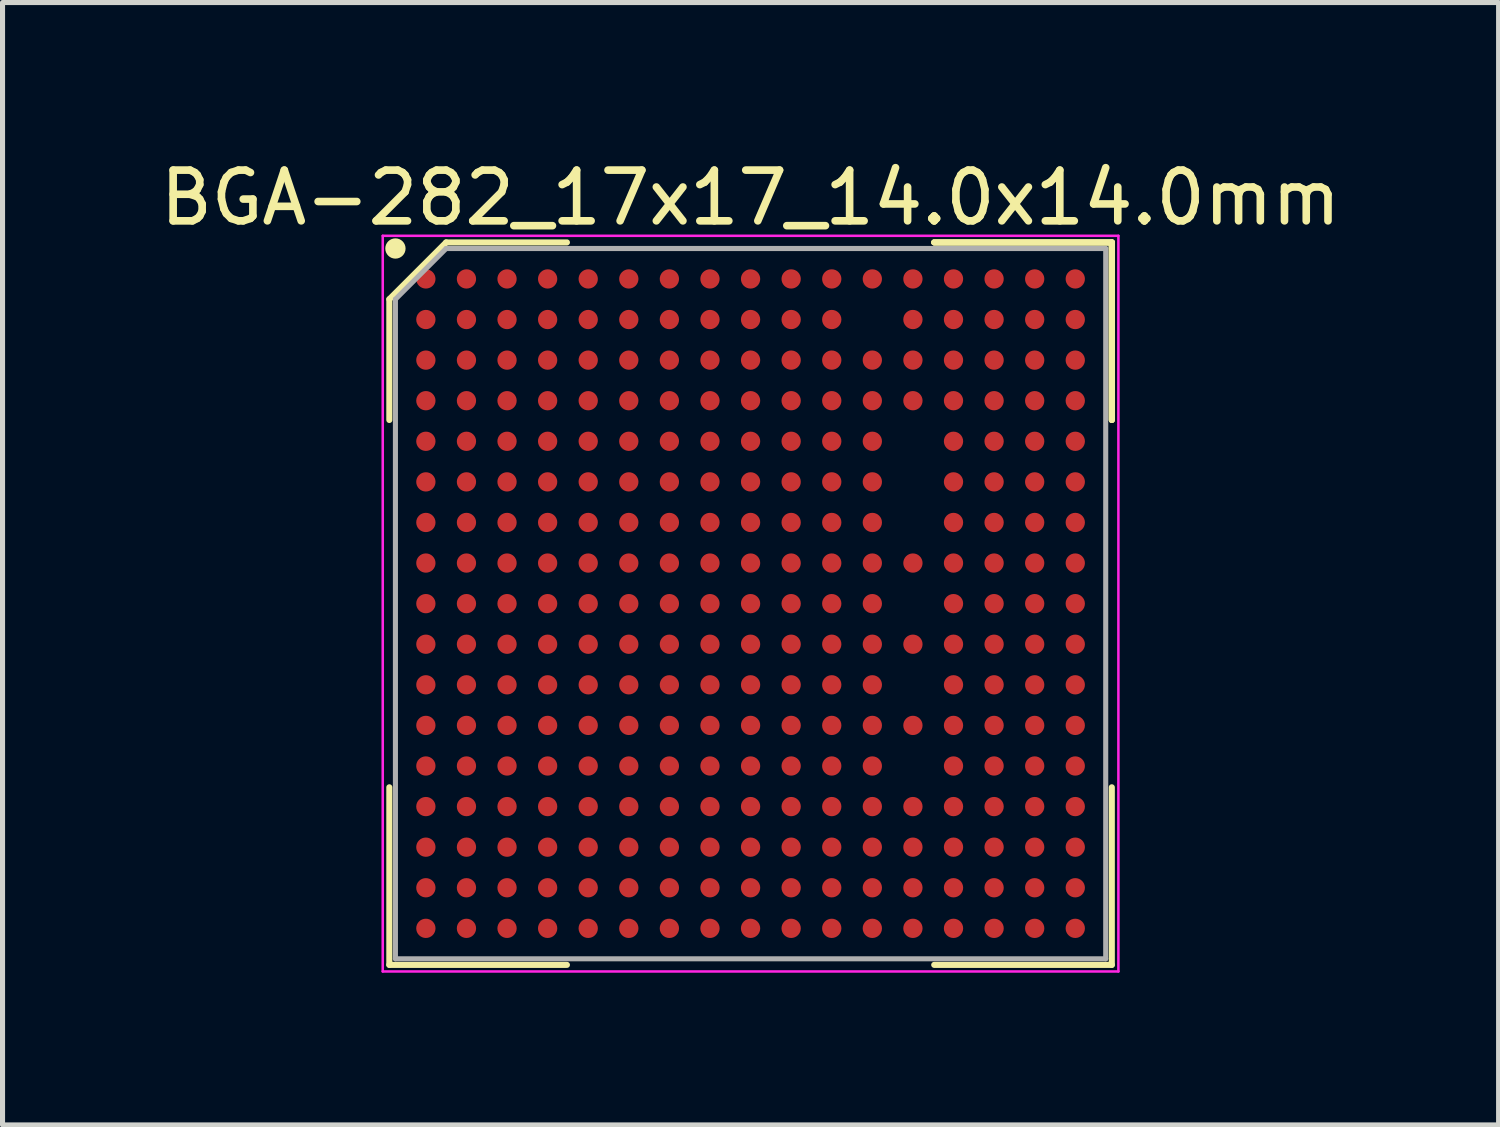
<source format=kicad_pcb>
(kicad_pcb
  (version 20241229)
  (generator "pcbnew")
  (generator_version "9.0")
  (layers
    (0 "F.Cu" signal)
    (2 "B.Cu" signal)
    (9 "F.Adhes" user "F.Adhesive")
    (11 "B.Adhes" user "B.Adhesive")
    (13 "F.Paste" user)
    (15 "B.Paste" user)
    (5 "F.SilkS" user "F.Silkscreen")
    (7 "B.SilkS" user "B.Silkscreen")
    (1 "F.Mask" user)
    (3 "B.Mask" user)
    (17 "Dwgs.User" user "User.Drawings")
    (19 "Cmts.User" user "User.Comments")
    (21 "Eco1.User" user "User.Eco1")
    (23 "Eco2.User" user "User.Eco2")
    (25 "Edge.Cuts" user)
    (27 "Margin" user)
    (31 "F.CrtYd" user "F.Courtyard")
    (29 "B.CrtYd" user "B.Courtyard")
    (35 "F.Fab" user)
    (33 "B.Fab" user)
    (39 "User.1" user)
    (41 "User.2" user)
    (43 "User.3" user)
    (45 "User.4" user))
  (footprint "BGA-282_17x17_14.0x14.0mm"
    (layer "F.Cu")
    (at 11.744 8.848)
    (property "Reference" "BGA-282_17x17_14.0x14.0mm" (at 0 -8 0) (layer "F.SilkS") (effects (font (size 1 1) (thickness 0.15))))
    (attr smd)
    (fp_line (start -7.12 -6) (end -7.12 -3.62) (stroke (width 0.12) (type solid)) (layer "F.SilkS"))
    (fp_line (start -7.12 7.12) (end -7.12 3.62) (stroke (width 0.12) (type solid)) (layer "F.SilkS"))
    (fp_line (start -6 -7.12) (end -7.12 -6) (stroke (width 0.12) (type solid)) (layer "F.SilkS"))
    (fp_line (start -3.62 -7.12) (end -6 -7.12) (stroke (width 0.12) (type solid)) (layer "F.SilkS"))
    (fp_line (start -3.62 7.12) (end -7.12 7.12) (stroke (width 0.12) (type solid)) (layer "F.SilkS"))
    (fp_line (start 3.62 -7.12) (end 7.12 -7.12) (stroke (width 0.12) (type solid)) (layer "F.SilkS"))
    (fp_line (start 3.62 -7.12) (end 7.12 -7.12) (stroke (width 0.12) (type solid)) (layer "F.SilkS"))
    (fp_line (start 3.62 -7.12) (end 7.12 -7.12) (stroke (width 0.12) (type solid)) (layer "F.SilkS"))
    (fp_line (start 3.62 7.12) (end 7.12 7.12) (stroke (width 0.12) (type solid)) (layer "F.SilkS"))
    (fp_line (start 7.12 -7.12) (end 7.12 -3.62) (stroke (width 0.12) (type solid)) (layer "F.SilkS"))
    (fp_line (start 7.12 -7.12) (end 7.12 -3.62) (stroke (width 0.12) (type solid)) (layer "F.SilkS"))
    (fp_line (start 7.12 -7.12) (end 7.12 -3.62) (stroke (width 0.12) (type solid)) (layer "F.SilkS"))
    (fp_line (start 7.12 7.12) (end 7.12 3.62) (stroke (width 0.12) (type solid)) (layer "F.SilkS"))
    (fp_circle (center -7 -7) (end -7 -6.9) (stroke (width 0.2) (type solid)) (fill no) (layer "F.SilkS"))
    (fp_line (start -7.25 -7.25) (end 7.25 -7.25) (stroke (width 0.05) (type solid)) (layer "F.CrtYd"))
    (fp_line (start -7.25 7.25) (end -7.25 -7.25) (stroke (width 0.05) (type solid)) (layer "F.CrtYd"))
    (fp_line (start 7.25 -7.25) (end 7.25 7.25) (stroke (width 0.05) (type solid)) (layer "F.CrtYd"))
    (fp_line (start 7.25 7.25) (end -7.25 7.25) (stroke (width 0.05) (type solid)) (layer "F.CrtYd"))
    (fp_line (start -7 -6) (end -7 7) (stroke (width 0.1) (type solid)) (layer "F.Fab"))
    (fp_line (start -7 7) (end 7 7) (stroke (width 0.1) (type solid)) (layer "F.Fab"))
    (fp_line (start -6 -7) (end -7 -6) (stroke (width 0.1) (type solid)) (layer "F.Fab"))
    (fp_line (start 7 -7) (end -6 -7) (stroke (width 0.1) (type solid)) (layer "F.Fab"))
    (fp_line (start 7 7) (end 7 -7) (stroke (width 0.1) (type solid)) (layer "F.Fab"))
    (pad "A1" smd circle (at -6.4 -6.4) (size 0.38 0.38) (layers "F.Cu" "F.Mask" "F.Paste"))
    (pad "A2" smd circle (at -5.6 -6.4) (size 0.38 0.38) (layers "F.Cu" "F.Mask" "F.Paste"))
    (pad "A3" smd circle (at -4.8 -6.4) (size 0.38 0.38) (layers "F.Cu" "F.Mask" "F.Paste"))
    (pad "A4" smd circle (at -4 -6.4) (size 0.38 0.38) (layers "F.Cu" "F.Mask" "F.Paste"))
    (pad "A5" smd circle (at -3.2 -6.4) (size 0.38 0.38) (layers "F.Cu" "F.Mask" "F.Paste"))
    (pad "A6" smd circle (at -2.4 -6.4) (size 0.38 0.38) (layers "F.Cu" "F.Mask" "F.Paste"))
    (pad "A7" smd circle (at -1.6 -6.4) (size 0.38 0.38) (layers "F.Cu" "F.Mask" "F.Paste"))
    (pad "A8" smd circle (at -0.8 -6.4) (size 0.38 0.38) (layers "F.Cu" "F.Mask" "F.Paste"))
    (pad "A9" smd circle (at 0 -6.4) (size 0.38 0.38) (layers "F.Cu" "F.Mask" "F.Paste"))
    (pad "A10" smd circle (at 0.8 -6.4) (size 0.38 0.38) (layers "F.Cu" "F.Mask" "F.Paste"))
    (pad "A11" smd circle (at 1.6 -6.4) (size 0.38 0.38) (layers "F.Cu" "F.Mask" "F.Paste"))
    (pad "A12" smd circle (at 2.4 -6.4) (size 0.38 0.38) (layers "F.Cu" "F.Mask" "F.Paste"))
    (pad "A13" smd circle (at 3.2 -6.4) (size 0.38 0.38) (layers "F.Cu" "F.Mask" "F.Paste"))
    (pad "A14" smd circle (at 4 -6.4) (size 0.38 0.38) (layers "F.Cu" "F.Mask" "F.Paste"))
    (pad "A15" smd circle (at 4.8 -6.4) (size 0.38 0.38) (layers "F.Cu" "F.Mask" "F.Paste"))
    (pad "A16" smd circle (at 5.6 -6.4) (size 0.38 0.38) (layers "F.Cu" "F.Mask" "F.Paste"))
    (pad "A17" smd circle (at 6.4 -6.4) (size 0.38 0.38) (layers "F.Cu" "F.Mask" "F.Paste"))
    (pad "B1" smd circle (at -6.4 -5.6) (size 0.38 0.38) (layers "F.Cu" "F.Mask" "F.Paste"))
    (pad "B2" smd circle (at -5.6 -5.6) (size 0.38 0.38) (layers "F.Cu" "F.Mask" "F.Paste"))
    (pad "B3" smd circle (at -4.8 -5.6) (size 0.38 0.38) (layers "F.Cu" "F.Mask" "F.Paste"))
    (pad "B4" smd circle (at -4 -5.6) (size 0.38 0.38) (layers "F.Cu" "F.Mask" "F.Paste"))
    (pad "B5" smd circle (at -3.2 -5.6) (size 0.38 0.38) (layers "F.Cu" "F.Mask" "F.Paste"))
    (pad "B6" smd circle (at -2.4 -5.6) (size 0.38 0.38) (layers "F.Cu" "F.Mask" "F.Paste"))
    (pad "B7" smd circle (at -1.6 -5.6) (size 0.38 0.38) (layers "F.Cu" "F.Mask" "F.Paste"))
    (pad "B8" smd circle (at -0.8 -5.6) (size 0.38 0.38) (layers "F.Cu" "F.Mask" "F.Paste"))
    (pad "B9" smd circle (at 0 -5.6) (size 0.38 0.38) (layers "F.Cu" "F.Mask" "F.Paste"))
    (pad "B10" smd circle (at 0.8 -5.6) (size 0.38 0.38) (layers "F.Cu" "F.Mask" "F.Paste"))
    (pad "B11" smd circle (at 1.6 -5.6) (size 0.38 0.38) (layers "F.Cu" "F.Mask" "F.Paste"))
    (pad "B13" smd circle (at 3.2 -5.6) (size 0.38 0.38) (layers "F.Cu" "F.Mask" "F.Paste"))
    (pad "B14" smd circle (at 4 -5.6) (size 0.38 0.38) (layers "F.Cu" "F.Mask" "F.Paste"))
    (pad "B15" smd circle (at 4.8 -5.6) (size 0.38 0.38) (layers "F.Cu" "F.Mask" "F.Paste"))
    (pad "B16" smd circle (at 5.6 -5.6) (size 0.38 0.38) (layers "F.Cu" "F.Mask" "F.Paste"))
    (pad "B17" smd circle (at 6.4 -5.6) (size 0.38 0.38) (layers "F.Cu" "F.Mask" "F.Paste"))
    (pad "C1" smd circle (at -6.4 -4.8) (size 0.38 0.38) (layers "F.Cu" "F.Mask" "F.Paste"))
    (pad "C2" smd circle (at -5.6 -4.8) (size 0.38 0.38) (layers "F.Cu" "F.Mask" "F.Paste"))
    (pad "C3" smd circle (at -4.8 -4.8) (size 0.38 0.38) (layers "F.Cu" "F.Mask" "F.Paste"))
    (pad "C4" smd circle (at -4 -4.8) (size 0.38 0.38) (layers "F.Cu" "F.Mask" "F.Paste"))
    (pad "C5" smd circle (at -3.2 -4.8) (size 0.38 0.38) (layers "F.Cu" "F.Mask" "F.Paste"))
    (pad "C6" smd circle (at -2.4 -4.8) (size 0.38 0.38) (layers "F.Cu" "F.Mask" "F.Paste"))
    (pad "C7" smd circle (at -1.6 -4.8) (size 0.38 0.38) (layers "F.Cu" "F.Mask" "F.Paste"))
    (pad "C8" smd circle (at -0.8 -4.8) (size 0.38 0.38) (layers "F.Cu" "F.Mask" "F.Paste"))
    (pad "C9" smd circle (at 0 -4.8) (size 0.38 0.38) (layers "F.Cu" "F.Mask" "F.Paste"))
    (pad "C10" smd circle (at 0.8 -4.8) (size 0.38 0.38) (layers "F.Cu" "F.Mask" "F.Paste"))
    (pad "C11" smd circle (at 1.6 -4.8) (size 0.38 0.38) (layers "F.Cu" "F.Mask" "F.Paste"))
    (pad "C12" smd circle (at 2.4 -4.8) (size 0.38 0.38) (layers "F.Cu" "F.Mask" "F.Paste"))
    (pad "C13" smd circle (at 3.2 -4.8) (size 0.38 0.38) (layers "F.Cu" "F.Mask" "F.Paste"))
    (pad "C14" smd circle (at 4 -4.8) (size 0.38 0.38) (layers "F.Cu" "F.Mask" "F.Paste"))
    (pad "C15" smd circle (at 4.8 -4.8) (size 0.38 0.38) (layers "F.Cu" "F.Mask" "F.Paste"))
    (pad "C16" smd circle (at 5.6 -4.8) (size 0.38 0.38) (layers "F.Cu" "F.Mask" "F.Paste"))
    (pad "C17" smd circle (at 6.4 -4.8) (size 0.38 0.38) (layers "F.Cu" "F.Mask" "F.Paste"))
    (pad "D1" smd circle (at -6.4 -4) (size 0.38 0.38) (layers "F.Cu" "F.Mask" "F.Paste"))
    (pad "D2" smd circle (at -5.6 -4) (size 0.38 0.38) (layers "F.Cu" "F.Mask" "F.Paste"))
    (pad "D3" smd circle (at -4.8 -4) (size 0.38 0.38) (layers "F.Cu" "F.Mask" "F.Paste"))
    (pad "D4" smd circle (at -4 -4) (size 0.38 0.38) (layers "F.Cu" "F.Mask" "F.Paste"))
    (pad "D5" smd circle (at -3.2 -4) (size 0.38 0.38) (layers "F.Cu" "F.Mask" "F.Paste"))
    (pad "D6" smd circle (at -2.4 -4) (size 0.38 0.38) (layers "F.Cu" "F.Mask" "F.Paste"))
    (pad "D7" smd circle (at -1.6 -4) (size 0.38 0.38) (layers "F.Cu" "F.Mask" "F.Paste"))
    (pad "D8" smd circle (at -0.8 -4) (size 0.38 0.38) (layers "F.Cu" "F.Mask" "F.Paste"))
    (pad "D9" smd circle (at 0 -4) (size 0.38 0.38) (layers "F.Cu" "F.Mask" "F.Paste"))
    (pad "D10" smd circle (at 0.8 -4) (size 0.38 0.38) (layers "F.Cu" "F.Mask" "F.Paste"))
    (pad "D11" smd circle (at 1.6 -4) (size 0.38 0.38) (layers "F.Cu" "F.Mask" "F.Paste"))
    (pad "D12" smd circle (at 2.4 -4) (size 0.38 0.38) (layers "F.Cu" "F.Mask" "F.Paste"))
    (pad "D13" smd circle (at 3.2 -4) (size 0.38 0.38) (layers "F.Cu" "F.Mask" "F.Paste"))
    (pad "D14" smd circle (at 4 -4) (size 0.38 0.38) (layers "F.Cu" "F.Mask" "F.Paste"))
    (pad "D15" smd circle (at 4.8 -4) (size 0.38 0.38) (layers "F.Cu" "F.Mask" "F.Paste"))
    (pad "D16" smd circle (at 5.6 -4) (size 0.38 0.38) (layers "F.Cu" "F.Mask" "F.Paste"))
    (pad "D17" smd circle (at 6.4 -4) (size 0.38 0.38) (layers "F.Cu" "F.Mask" "F.Paste"))
    (pad "E1" smd circle (at -6.4 -3.2) (size 0.38 0.38) (layers "F.Cu" "F.Mask" "F.Paste"))
    (pad "E2" smd circle (at -5.6 -3.2) (size 0.38 0.38) (layers "F.Cu" "F.Mask" "F.Paste"))
    (pad "E3" smd circle (at -4.8 -3.2) (size 0.38 0.38) (layers "F.Cu" "F.Mask" "F.Paste"))
    (pad "E4" smd circle (at -4 -3.2) (size 0.38 0.38) (layers "F.Cu" "F.Mask" "F.Paste"))
    (pad "E5" smd circle (at -3.2 -3.2) (size 0.38 0.38) (layers "F.Cu" "F.Mask" "F.Paste"))
    (pad "E6" smd circle (at -2.4 -3.2) (size 0.38 0.38) (layers "F.Cu" "F.Mask" "F.Paste"))
    (pad "E7" smd circle (at -1.6 -3.2) (size 0.38 0.38) (layers "F.Cu" "F.Mask" "F.Paste"))
    (pad "E8" smd circle (at -0.8 -3.2) (size 0.38 0.38) (layers "F.Cu" "F.Mask" "F.Paste"))
    (pad "E9" smd circle (at 0 -3.2) (size 0.38 0.38) (layers "F.Cu" "F.Mask" "F.Paste"))
    (pad "E10" smd circle (at 0.8 -3.2) (size 0.38 0.38) (layers "F.Cu" "F.Mask" "F.Paste"))
    (pad "E11" smd circle (at 1.6 -3.2) (size 0.38 0.38) (layers "F.Cu" "F.Mask" "F.Paste"))
    (pad "E12" smd circle (at 2.4 -3.2) (size 0.38 0.38) (layers "F.Cu" "F.Mask" "F.Paste"))
    (pad "E14" smd circle (at 4 -3.2) (size 0.38 0.38) (layers "F.Cu" "F.Mask" "F.Paste"))
    (pad "E15" smd circle (at 4.8 -3.2) (size 0.38 0.38) (layers "F.Cu" "F.Mask" "F.Paste"))
    (pad "E16" smd circle (at 5.6 -3.2) (size 0.38 0.38) (layers "F.Cu" "F.Mask" "F.Paste"))
    (pad "E17" smd circle (at 6.4 -3.2) (size 0.38 0.38) (layers "F.Cu" "F.Mask" "F.Paste"))
    (pad "F1" smd circle (at -6.4 -2.4) (size 0.38 0.38) (layers "F.Cu" "F.Mask" "F.Paste"))
    (pad "F2" smd circle (at -5.6 -2.4) (size 0.38 0.38) (layers "F.Cu" "F.Mask" "F.Paste"))
    (pad "F3" smd circle (at -4.8 -2.4) (size 0.38 0.38) (layers "F.Cu" "F.Mask" "F.Paste"))
    (pad "F4" smd circle (at -4 -2.4) (size 0.38 0.38) (layers "F.Cu" "F.Mask" "F.Paste"))
    (pad "F5" smd circle (at -3.2 -2.4) (size 0.38 0.38) (layers "F.Cu" "F.Mask" "F.Paste"))
    (pad "F6" smd circle (at -2.4 -2.4) (size 0.38 0.38) (layers "F.Cu" "F.Mask" "F.Paste"))
    (pad "F7" smd circle (at -1.6 -2.4) (size 0.38 0.38) (layers "F.Cu" "F.Mask" "F.Paste"))
    (pad "F8" smd circle (at -0.8 -2.4) (size 0.38 0.38) (layers "F.Cu" "F.Mask" "F.Paste"))
    (pad "F9" smd circle (at 0 -2.4) (size 0.38 0.38) (layers "F.Cu" "F.Mask" "F.Paste"))
    (pad "F10" smd circle (at 0.8 -2.4) (size 0.38 0.38) (layers "F.Cu" "F.Mask" "F.Paste"))
    (pad "F11" smd circle (at 1.6 -2.4) (size 0.38 0.38) (layers "F.Cu" "F.Mask" "F.Paste"))
    (pad "F12" smd circle (at 2.4 -2.4) (size 0.38 0.38) (layers "F.Cu" "F.Mask" "F.Paste"))
    (pad "F14" smd circle (at 4 -2.4) (size 0.38 0.38) (layers "F.Cu" "F.Mask" "F.Paste"))
    (pad "F15" smd circle (at 4.8 -2.4) (size 0.38 0.38) (layers "F.Cu" "F.Mask" "F.Paste"))
    (pad "F16" smd circle (at 5.6 -2.4) (size 0.38 0.38) (layers "F.Cu" "F.Mask" "F.Paste"))
    (pad "F17" smd circle (at 6.4 -2.4) (size 0.38 0.38) (layers "F.Cu" "F.Mask" "F.Paste"))
    (pad "G1" smd circle (at -6.4 -1.6) (size 0.38 0.38) (layers "F.Cu" "F.Mask" "F.Paste"))
    (pad "G2" smd circle (at -5.6 -1.6) (size 0.38 0.38) (layers "F.Cu" "F.Mask" "F.Paste"))
    (pad "G3" smd circle (at -4.8 -1.6) (size 0.38 0.38) (layers "F.Cu" "F.Mask" "F.Paste"))
    (pad "G4" smd circle (at -4 -1.6) (size 0.38 0.38) (layers "F.Cu" "F.Mask" "F.Paste"))
    (pad "G5" smd circle (at -3.2 -1.6) (size 0.38 0.38) (layers "F.Cu" "F.Mask" "F.Paste"))
    (pad "G6" smd circle (at -2.4 -1.6) (size 0.38 0.38) (layers "F.Cu" "F.Mask" "F.Paste"))
    (pad "G7" smd circle (at -1.6 -1.6) (size 0.38 0.38) (layers "F.Cu" "F.Mask" "F.Paste"))
    (pad "G8" smd circle (at -0.8 -1.6) (size 0.38 0.38) (layers "F.Cu" "F.Mask" "F.Paste"))
    (pad "G9" smd circle (at 0 -1.6) (size 0.38 0.38) (layers "F.Cu" "F.Mask" "F.Paste"))
    (pad "G10" smd circle (at 0.8 -1.6) (size 0.38 0.38) (layers "F.Cu" "F.Mask" "F.Paste"))
    (pad "G11" smd circle (at 1.6 -1.6) (size 0.38 0.38) (layers "F.Cu" "F.Mask" "F.Paste"))
    (pad "G12" smd circle (at 2.4 -1.6) (size 0.38 0.38) (layers "F.Cu" "F.Mask" "F.Paste"))
    (pad "G14" smd circle (at 4 -1.6) (size 0.38 0.38) (layers "F.Cu" "F.Mask" "F.Paste"))
    (pad "G15" smd circle (at 4.8 -1.6) (size 0.38 0.38) (layers "F.Cu" "F.Mask" "F.Paste"))
    (pad "G16" smd circle (at 5.6 -1.6) (size 0.38 0.38) (layers "F.Cu" "F.Mask" "F.Paste"))
    (pad "G17" smd circle (at 6.4 -1.6) (size 0.38 0.38) (layers "F.Cu" "F.Mask" "F.Paste"))
    (pad "H1" smd circle (at -6.4 -0.8) (size 0.38 0.38) (layers "F.Cu" "F.Mask" "F.Paste"))
    (pad "H2" smd circle (at -5.6 -0.8) (size 0.38 0.38) (layers "F.Cu" "F.Mask" "F.Paste"))
    (pad "H3" smd circle (at -4.8 -0.8) (size 0.38 0.38) (layers "F.Cu" "F.Mask" "F.Paste"))
    (pad "H4" smd circle (at -4 -0.8) (size 0.38 0.38) (layers "F.Cu" "F.Mask" "F.Paste"))
    (pad "H5" smd circle (at -3.2 -0.8) (size 0.38 0.38) (layers "F.Cu" "F.Mask" "F.Paste"))
    (pad "H6" smd circle (at -2.4 -0.8) (size 0.38 0.38) (layers "F.Cu" "F.Mask" "F.Paste"))
    (pad "H7" smd circle (at -1.6 -0.8) (size 0.38 0.38) (layers "F.Cu" "F.Mask" "F.Paste"))
    (pad "H8" smd circle (at -0.8 -0.8) (size 0.38 0.38) (layers "F.Cu" "F.Mask" "F.Paste"))
    (pad "H9" smd circle (at 0 -0.8) (size 0.38 0.38) (layers "F.Cu" "F.Mask" "F.Paste"))
    (pad "H10" smd circle (at 0.8 -0.8) (size 0.38 0.38) (layers "F.Cu" "F.Mask" "F.Paste"))
    (pad "H11" smd circle (at 1.6 -0.8) (size 0.38 0.38) (layers "F.Cu" "F.Mask" "F.Paste"))
    (pad "H12" smd circle (at 2.4 -0.8) (size 0.38 0.38) (layers "F.Cu" "F.Mask" "F.Paste"))
    (pad "H13" smd circle (at 3.2 -0.8) (size 0.38 0.38) (layers "F.Cu" "F.Mask" "F.Paste"))
    (pad "H14" smd circle (at 4 -0.8) (size 0.38 0.38) (layers "F.Cu" "F.Mask" "F.Paste"))
    (pad "H15" smd circle (at 4.8 -0.8) (size 0.38 0.38) (layers "F.Cu" "F.Mask" "F.Paste"))
    (pad "H16" smd circle (at 5.6 -0.8) (size 0.38 0.38) (layers "F.Cu" "F.Mask" "F.Paste"))
    (pad "H17" smd circle (at 6.4 -0.8) (size 0.38 0.38) (layers "F.Cu" "F.Mask" "F.Paste"))
    (pad "J1" smd circle (at -6.4 0) (size 0.38 0.38) (layers "F.Cu" "F.Mask" "F.Paste"))
    (pad "J2" smd circle (at -5.6 0) (size 0.38 0.38) (layers "F.Cu" "F.Mask" "F.Paste"))
    (pad "J3" smd circle (at -4.8 0) (size 0.38 0.38) (layers "F.Cu" "F.Mask" "F.Paste"))
    (pad "J4" smd circle (at -4 0) (size 0.38 0.38) (layers "F.Cu" "F.Mask" "F.Paste"))
    (pad "J5" smd circle (at -3.2 0) (size 0.38 0.38) (layers "F.Cu" "F.Mask" "F.Paste"))
    (pad "J6" smd circle (at -2.4 0) (size 0.38 0.38) (layers "F.Cu" "F.Mask" "F.Paste"))
    (pad "J7" smd circle (at -1.6 0) (size 0.38 0.38) (layers "F.Cu" "F.Mask" "F.Paste"))
    (pad "J8" smd circle (at -0.8 0) (size 0.38 0.38) (layers "F.Cu" "F.Mask" "F.Paste"))
    (pad "J9" smd circle (at 0 0) (size 0.38 0.38) (layers "F.Cu" "F.Mask" "F.Paste"))
    (pad "J10" smd circle (at 0.8 0) (size 0.38 0.38) (layers "F.Cu" "F.Mask" "F.Paste"))
    (pad "J11" smd circle (at 1.6 0) (size 0.38 0.38) (layers "F.Cu" "F.Mask" "F.Paste"))
    (pad "J12" smd circle (at 2.4 0) (size 0.38 0.38) (layers "F.Cu" "F.Mask" "F.Paste"))
    (pad "J14" smd circle (at 4 0) (size 0.38 0.38) (layers "F.Cu" "F.Mask" "F.Paste"))
    (pad "J15" smd circle (at 4.8 0) (size 0.38 0.38) (layers "F.Cu" "F.Mask" "F.Paste"))
    (pad "J16" smd circle (at 5.6 0) (size 0.38 0.38) (layers "F.Cu" "F.Mask" "F.Paste"))
    (pad "J17" smd circle (at 6.4 0) (size 0.38 0.38) (layers "F.Cu" "F.Mask" "F.Paste"))
    (pad "K1" smd circle (at -6.4 0.8) (size 0.38 0.38) (layers "F.Cu" "F.Mask" "F.Paste"))
    (pad "K2" smd circle (at -5.6 0.8) (size 0.38 0.38) (layers "F.Cu" "F.Mask" "F.Paste"))
    (pad "K3" smd circle (at -4.8 0.8) (size 0.38 0.38) (layers "F.Cu" "F.Mask" "F.Paste"))
    (pad "K4" smd circle (at -4 0.8) (size 0.38 0.38) (layers "F.Cu" "F.Mask" "F.Paste"))
    (pad "K5" smd circle (at -3.2 0.8) (size 0.38 0.38) (layers "F.Cu" "F.Mask" "F.Paste"))
    (pad "K6" smd circle (at -2.4 0.8) (size 0.38 0.38) (layers "F.Cu" "F.Mask" "F.Paste"))
    (pad "K7" smd circle (at -1.6 0.8) (size 0.38 0.38) (layers "F.Cu" "F.Mask" "F.Paste"))
    (pad "K8" smd circle (at -0.8 0.8) (size 0.38 0.38) (layers "F.Cu" "F.Mask" "F.Paste"))
    (pad "K9" smd circle (at 0 0.8) (size 0.38 0.38) (layers "F.Cu" "F.Mask" "F.Paste"))
    (pad "K10" smd circle (at 0.8 0.8) (size 0.38 0.38) (layers "F.Cu" "F.Mask" "F.Paste"))
    (pad "K11" smd circle (at 1.6 0.8) (size 0.38 0.38) (layers "F.Cu" "F.Mask" "F.Paste"))
    (pad "K12" smd circle (at 2.4 0.8) (size 0.38 0.38) (layers "F.Cu" "F.Mask" "F.Paste"))
    (pad "K13" smd circle (at 3.2 0.8) (size 0.38 0.38) (layers "F.Cu" "F.Mask" "F.Paste"))
    (pad "K14" smd circle (at 4 0.8) (size 0.38 0.38) (layers "F.Cu" "F.Mask" "F.Paste"))
    (pad "K15" smd circle (at 4.8 0.8) (size 0.38 0.38) (layers "F.Cu" "F.Mask" "F.Paste"))
    (pad "K16" smd circle (at 5.6 0.8) (size 0.38 0.38) (layers "F.Cu" "F.Mask" "F.Paste"))
    (pad "K17" smd circle (at 6.4 0.8) (size 0.38 0.38) (layers "F.Cu" "F.Mask" "F.Paste"))
    (pad "L1" smd circle (at -6.4 1.6) (size 0.38 0.38) (layers "F.Cu" "F.Mask" "F.Paste"))
    (pad "L2" smd circle (at -5.6 1.6) (size 0.38 0.38) (layers "F.Cu" "F.Mask" "F.Paste"))
    (pad "L3" smd circle (at -4.8 1.6) (size 0.38 0.38) (layers "F.Cu" "F.Mask" "F.Paste"))
    (pad "L4" smd circle (at -4 1.6) (size 0.38 0.38) (layers "F.Cu" "F.Mask" "F.Paste"))
    (pad "L5" smd circle (at -3.2 1.6) (size 0.38 0.38) (layers "F.Cu" "F.Mask" "F.Paste"))
    (pad "L6" smd circle (at -2.4 1.6) (size 0.38 0.38) (layers "F.Cu" "F.Mask" "F.Paste"))
    (pad "L7" smd circle (at -1.6 1.6) (size 0.38 0.38) (layers "F.Cu" "F.Mask" "F.Paste"))
    (pad "L8" smd circle (at -0.8 1.6) (size 0.38 0.38) (layers "F.Cu" "F.Mask" "F.Paste"))
    (pad "L9" smd circle (at 0 1.6) (size 0.38 0.38) (layers "F.Cu" "F.Mask" "F.Paste"))
    (pad "L10" smd circle (at 0.8 1.6) (size 0.38 0.38) (layers "F.Cu" "F.Mask" "F.Paste"))
    (pad "L11" smd circle (at 1.6 1.6) (size 0.38 0.38) (layers "F.Cu" "F.Mask" "F.Paste"))
    (pad "L12" smd circle (at 2.4 1.6) (size 0.38 0.38) (layers "F.Cu" "F.Mask" "F.Paste"))
    (pad "L14" smd circle (at 4 1.6) (size 0.38 0.38) (layers "F.Cu" "F.Mask" "F.Paste"))
    (pad "L15" smd circle (at 4.8 1.6) (size 0.38 0.38) (layers "F.Cu" "F.Mask" "F.Paste"))
    (pad "L16" smd circle (at 5.6 1.6) (size 0.38 0.38) (layers "F.Cu" "F.Mask" "F.Paste"))
    (pad "L17" smd circle (at 6.4 1.6) (size 0.38 0.38) (layers "F.Cu" "F.Mask" "F.Paste"))
    (pad "M1" smd circle (at -6.4 2.4) (size 0.38 0.38) (layers "F.Cu" "F.Mask" "F.Paste"))
    (pad "M2" smd circle (at -5.6 2.4) (size 0.38 0.38) (layers "F.Cu" "F.Mask" "F.Paste"))
    (pad "M3" smd circle (at -4.8 2.4) (size 0.38 0.38) (layers "F.Cu" "F.Mask" "F.Paste"))
    (pad "M4" smd circle (at -4 2.4) (size 0.38 0.38) (layers "F.Cu" "F.Mask" "F.Paste"))
    (pad "M5" smd circle (at -3.2 2.4) (size 0.38 0.38) (layers "F.Cu" "F.Mask" "F.Paste"))
    (pad "M6" smd circle (at -2.4 2.4) (size 0.38 0.38) (layers "F.Cu" "F.Mask" "F.Paste"))
    (pad "M7" smd circle (at -1.6 2.4) (size 0.38 0.38) (layers "F.Cu" "F.Mask" "F.Paste"))
    (pad "M8" smd circle (at -0.8 2.4) (size 0.38 0.38) (layers "F.Cu" "F.Mask" "F.Paste"))
    (pad "M9" smd circle (at 0 2.4) (size 0.38 0.38) (layers "F.Cu" "F.Mask" "F.Paste"))
    (pad "M10" smd circle (at 0.8 2.4) (size 0.38 0.38) (layers "F.Cu" "F.Mask" "F.Paste"))
    (pad "M11" smd circle (at 1.6 2.4) (size 0.38 0.38) (layers "F.Cu" "F.Mask" "F.Paste"))
    (pad "M12" smd circle (at 2.4 2.4) (size 0.38 0.38) (layers "F.Cu" "F.Mask" "F.Paste"))
    (pad "M13" smd circle (at 3.2 2.4) (size 0.38 0.38) (layers "F.Cu" "F.Mask" "F.Paste"))
    (pad "M14" smd circle (at 4 2.4) (size 0.38 0.38) (layers "F.Cu" "F.Mask" "F.Paste"))
    (pad "M15" smd circle (at 4.8 2.4) (size 0.38 0.38) (layers "F.Cu" "F.Mask" "F.Paste"))
    (pad "M16" smd circle (at 5.6 2.4) (size 0.38 0.38) (layers "F.Cu" "F.Mask" "F.Paste"))
    (pad "M17" smd circle (at 6.4 2.4) (size 0.38 0.38) (layers "F.Cu" "F.Mask" "F.Paste"))
    (pad "N1" smd circle (at -6.4 3.2) (size 0.38 0.38) (layers "F.Cu" "F.Mask" "F.Paste"))
    (pad "N2" smd circle (at -5.6 3.2) (size 0.38 0.38) (layers "F.Cu" "F.Mask" "F.Paste"))
    (pad "N3" smd circle (at -4.8 3.2) (size 0.38 0.38) (layers "F.Cu" "F.Mask" "F.Paste"))
    (pad "N4" smd circle (at -4 3.2) (size 0.38 0.38) (layers "F.Cu" "F.Mask" "F.Paste"))
    (pad "N5" smd circle (at -3.2 3.2) (size 0.38 0.38) (layers "F.Cu" "F.Mask" "F.Paste"))
    (pad "N6" smd circle (at -2.4 3.2) (size 0.38 0.38) (layers "F.Cu" "F.Mask" "F.Paste"))
    (pad "N7" smd circle (at -1.6 3.2) (size 0.38 0.38) (layers "F.Cu" "F.Mask" "F.Paste"))
    (pad "N8" smd circle (at -0.8 3.2) (size 0.38 0.38) (layers "F.Cu" "F.Mask" "F.Paste"))
    (pad "N9" smd circle (at 0 3.2) (size 0.38 0.38) (layers "F.Cu" "F.Mask" "F.Paste"))
    (pad "N10" smd circle (at 0.8 3.2) (size 0.38 0.38) (layers "F.Cu" "F.Mask" "F.Paste"))
    (pad "N11" smd circle (at 1.6 3.2) (size 0.38 0.38) (layers "F.Cu" "F.Mask" "F.Paste"))
    (pad "N12" smd circle (at 2.4 3.2) (size 0.38 0.38) (layers "F.Cu" "F.Mask" "F.Paste"))
    (pad "N14" smd circle (at 4 3.2) (size 0.38 0.38) (layers "F.Cu" "F.Mask" "F.Paste"))
    (pad "N15" smd circle (at 4.8 3.2) (size 0.38 0.38) (layers "F.Cu" "F.Mask" "F.Paste"))
    (pad "N16" smd circle (at 5.6 3.2) (size 0.38 0.38) (layers "F.Cu" "F.Mask" "F.Paste"))
    (pad "N17" smd circle (at 6.4 3.2) (size 0.38 0.38) (layers "F.Cu" "F.Mask" "F.Paste"))
    (pad "P1" smd circle (at -6.4 4) (size 0.38 0.38) (layers "F.Cu" "F.Mask" "F.Paste"))
    (pad "P2" smd circle (at -5.6 4) (size 0.38 0.38) (layers "F.Cu" "F.Mask" "F.Paste"))
    (pad "P3" smd circle (at -4.8 4) (size 0.38 0.38) (layers "F.Cu" "F.Mask" "F.Paste"))
    (pad "P4" smd circle (at -4 4) (size 0.38 0.38) (layers "F.Cu" "F.Mask" "F.Paste"))
    (pad "P5" smd circle (at -3.2 4) (size 0.38 0.38) (layers "F.Cu" "F.Mask" "F.Paste"))
    (pad "P6" smd circle (at -2.4 4) (size 0.38 0.38) (layers "F.Cu" "F.Mask" "F.Paste"))
    (pad "P7" smd circle (at -1.6 4) (size 0.38 0.38) (layers "F.Cu" "F.Mask" "F.Paste"))
    (pad "P8" smd circle (at -0.8 4) (size 0.38 0.38) (layers "F.Cu" "F.Mask" "F.Paste"))
    (pad "P9" smd circle (at 0 4) (size 0.38 0.38) (layers "F.Cu" "F.Mask" "F.Paste"))
    (pad "P10" smd circle (at 0.8 4) (size 0.38 0.38) (layers "F.Cu" "F.Mask" "F.Paste"))
    (pad "P11" smd circle (at 1.6 4) (size 0.38 0.38) (layers "F.Cu" "F.Mask" "F.Paste"))
    (pad "P12" smd circle (at 2.4 4) (size 0.38 0.38) (layers "F.Cu" "F.Mask" "F.Paste"))
    (pad "P13" smd circle (at 3.2 4) (size 0.38 0.38) (layers "F.Cu" "F.Mask" "F.Paste"))
    (pad "P14" smd circle (at 4 4) (size 0.38 0.38) (layers "F.Cu" "F.Mask" "F.Paste"))
    (pad "P15" smd circle (at 4.8 4) (size 0.38 0.38) (layers "F.Cu" "F.Mask" "F.Paste"))
    (pad "P16" smd circle (at 5.6 4) (size 0.38 0.38) (layers "F.Cu" "F.Mask" "F.Paste"))
    (pad "P17" smd circle (at 6.4 4) (size 0.38 0.38) (layers "F.Cu" "F.Mask" "F.Paste"))
    (pad "R1" smd circle (at -6.4 4.8) (size 0.38 0.38) (layers "F.Cu" "F.Mask" "F.Paste"))
    (pad "R2" smd circle (at -5.6 4.8) (size 0.38 0.38) (layers "F.Cu" "F.Mask" "F.Paste"))
    (pad "R3" smd circle (at -4.8 4.8) (size 0.38 0.38) (layers "F.Cu" "F.Mask" "F.Paste"))
    (pad "R4" smd circle (at -4 4.8) (size 0.38 0.38) (layers "F.Cu" "F.Mask" "F.Paste"))
    (pad "R5" smd circle (at -3.2 4.8) (size 0.38 0.38) (layers "F.Cu" "F.Mask" "F.Paste"))
    (pad "R6" smd circle (at -2.4 4.8) (size 0.38 0.38) (layers "F.Cu" "F.Mask" "F.Paste"))
    (pad "R7" smd circle (at -1.6 4.8) (size 0.38 0.38) (layers "F.Cu" "F.Mask" "F.Paste"))
    (pad "R8" smd circle (at -0.8 4.8) (size 0.38 0.38) (layers "F.Cu" "F.Mask" "F.Paste"))
    (pad "R9" smd circle (at 0 4.8) (size 0.38 0.38) (layers "F.Cu" "F.Mask" "F.Paste"))
    (pad "R10" smd circle (at 0.8 4.8) (size 0.38 0.38) (layers "F.Cu" "F.Mask" "F.Paste"))
    (pad "R11" smd circle (at 1.6 4.8) (size 0.38 0.38) (layers "F.Cu" "F.Mask" "F.Paste"))
    (pad "R12" smd circle (at 2.4 4.8) (size 0.38 0.38) (layers "F.Cu" "F.Mask" "F.Paste"))
    (pad "R13" smd circle (at 3.2 4.8) (size 0.38 0.38) (layers "F.Cu" "F.Mask" "F.Paste"))
    (pad "R14" smd circle (at 4 4.8) (size 0.38 0.38) (layers "F.Cu" "F.Mask" "F.Paste"))
    (pad "R15" smd circle (at 4.8 4.8) (size 0.38 0.38) (layers "F.Cu" "F.Mask" "F.Paste"))
    (pad "R16" smd circle (at 5.6 4.8) (size 0.38 0.38) (layers "F.Cu" "F.Mask" "F.Paste"))
    (pad "R17" smd circle (at 6.4 4.8) (size 0.38 0.38) (layers "F.Cu" "F.Mask" "F.Paste"))
    (pad "T1" smd circle (at -6.4 5.6) (size 0.38 0.38) (layers "F.Cu" "F.Mask" "F.Paste"))
    (pad "T2" smd circle (at -5.6 5.6) (size 0.38 0.38) (layers "F.Cu" "F.Mask" "F.Paste"))
    (pad "T3" smd circle (at -4.8 5.6) (size 0.38 0.38) (layers "F.Cu" "F.Mask" "F.Paste"))
    (pad "T4" smd circle (at -4 5.6) (size 0.38 0.38) (layers "F.Cu" "F.Mask" "F.Paste"))
    (pad "T5" smd circle (at -3.2 5.6) (size 0.38 0.38) (layers "F.Cu" "F.Mask" "F.Paste"))
    (pad "T6" smd circle (at -2.4 5.6) (size 0.38 0.38) (layers "F.Cu" "F.Mask" "F.Paste"))
    (pad "T7" smd circle (at -1.6 5.6) (size 0.38 0.38) (layers "F.Cu" "F.Mask" "F.Paste"))
    (pad "T8" smd circle (at -0.8 5.6) (size 0.38 0.38) (layers "F.Cu" "F.Mask" "F.Paste"))
    (pad "T9" smd circle (at 0 5.6) (size 0.38 0.38) (layers "F.Cu" "F.Mask" "F.Paste"))
    (pad "T10" smd circle (at 0.8 5.6) (size 0.38 0.38) (layers "F.Cu" "F.Mask" "F.Paste"))
    (pad "T11" smd circle (at 1.6 5.6) (size 0.38 0.38) (layers "F.Cu" "F.Mask" "F.Paste"))
    (pad "T12" smd circle (at 2.4 5.6) (size 0.38 0.38) (layers "F.Cu" "F.Mask" "F.Paste"))
    (pad "T13" smd circle (at 3.2 5.6) (size 0.38 0.38) (layers "F.Cu" "F.Mask" "F.Paste"))
    (pad "T14" smd circle (at 4 5.6) (size 0.38 0.38) (layers "F.Cu" "F.Mask" "F.Paste"))
    (pad "T15" smd circle (at 4.8 5.6) (size 0.38 0.38) (layers "F.Cu" "F.Mask" "F.Paste"))
    (pad "T16" smd circle (at 5.6 5.6) (size 0.38 0.38) (layers "F.Cu" "F.Mask" "F.Paste"))
    (pad "T17" smd circle (at 6.4 5.6) (size 0.38 0.38) (layers "F.Cu" "F.Mask" "F.Paste"))
    (pad "U1" smd circle (at -6.4 6.4) (size 0.38 0.38) (layers "F.Cu" "F.Mask" "F.Paste"))
    (pad "U2" smd circle (at -5.6 6.4) (size 0.38 0.38) (layers "F.Cu" "F.Mask" "F.Paste"))
    (pad "U3" smd circle (at -4.8 6.4) (size 0.38 0.38) (layers "F.Cu" "F.Mask" "F.Paste"))
    (pad "U4" smd circle (at -4 6.4) (size 0.38 0.38) (layers "F.Cu" "F.Mask" "F.Paste"))
    (pad "U5" smd circle (at -3.2 6.4) (size 0.38 0.38) (layers "F.Cu" "F.Mask" "F.Paste"))
    (pad "U6" smd circle (at -2.4 6.4) (size 0.38 0.38) (layers "F.Cu" "F.Mask" "F.Paste"))
    (pad "U7" smd circle (at -1.6 6.4) (size 0.38 0.38) (layers "F.Cu" "F.Mask" "F.Paste"))
    (pad "U8" smd circle (at -0.8 6.4) (size 0.38 0.38) (layers "F.Cu" "F.Mask" "F.Paste"))
    (pad "U9" smd circle (at 0 6.4) (size 0.38 0.38) (layers "F.Cu" "F.Mask" "F.Paste"))
    (pad "U10" smd circle (at 0.8 6.4) (size 0.38 0.38) (layers "F.Cu" "F.Mask" "F.Paste"))
    (pad "U11" smd circle (at 1.6 6.4) (size 0.38 0.38) (layers "F.Cu" "F.Mask" "F.Paste"))
    (pad "U12" smd circle (at 2.4 6.4) (size 0.38 0.38) (layers "F.Cu" "F.Mask" "F.Paste"))
    (pad "U13" smd circle (at 3.2 6.4) (size 0.38 0.38) (layers "F.Cu" "F.Mask" "F.Paste"))
    (pad "U14" smd circle (at 4 6.4) (size 0.38 0.38) (layers "F.Cu" "F.Mask" "F.Paste"))
    (pad "U15" smd circle (at 4.8 6.4) (size 0.38 0.38) (layers "F.Cu" "F.Mask" "F.Paste"))
    (pad "U16" smd circle (at 5.6 6.4) (size 0.38 0.38) (layers "F.Cu" "F.Mask" "F.Paste"))
    (pad "U17" smd circle (at 6.4 6.4) (size 0.38 0.38) (layers "F.Cu" "F.Mask" "F.Paste")))
  (gr_rect
    (start -3 -3)
    (end 26.488 19.123)
    (stroke (width 0.1) (type default))
    (fill no)
    (layer "Edge.Cuts")))
</source>
